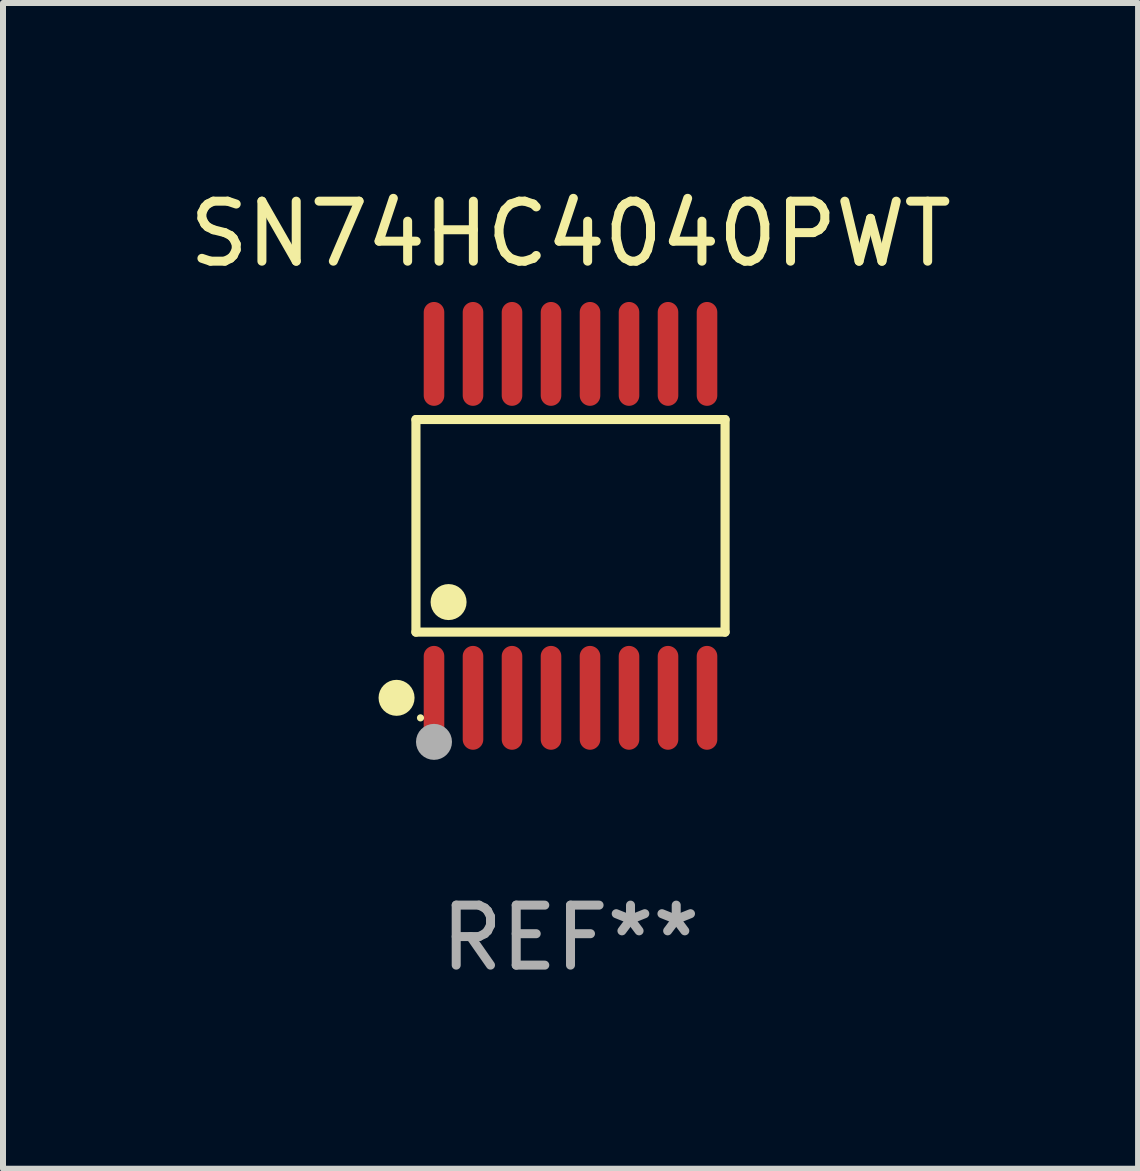
<source format=kicad_pcb>
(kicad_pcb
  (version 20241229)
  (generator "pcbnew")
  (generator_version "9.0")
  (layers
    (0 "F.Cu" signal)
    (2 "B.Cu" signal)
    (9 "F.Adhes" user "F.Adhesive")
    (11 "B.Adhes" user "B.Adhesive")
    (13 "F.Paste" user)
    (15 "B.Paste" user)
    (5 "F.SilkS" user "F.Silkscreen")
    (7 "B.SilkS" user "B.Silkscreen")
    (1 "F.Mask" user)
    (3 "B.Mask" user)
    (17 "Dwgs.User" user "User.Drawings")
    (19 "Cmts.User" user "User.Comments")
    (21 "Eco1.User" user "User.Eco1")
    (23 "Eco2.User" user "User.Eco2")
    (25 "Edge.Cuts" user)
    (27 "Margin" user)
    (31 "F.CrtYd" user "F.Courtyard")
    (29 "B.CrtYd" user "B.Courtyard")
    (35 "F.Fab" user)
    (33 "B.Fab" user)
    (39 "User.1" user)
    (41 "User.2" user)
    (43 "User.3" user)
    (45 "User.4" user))
  (footprint "SN74HC4040PWT"
    (layer "F.Cu")
    (at 6.458 5.714)
    (property "Reference" "SN74HC4040PWT" (at 0 -4.866 0) (layer "F.SilkS") (effects (font (size 1 1) (thickness 0.15))))
    (attr through_hole)
    (fp_line (start -2.576 -1.772) (end 2.576 -1.772) (stroke (width 0.152) (type solid)) (layer "F.SilkS"))
    (fp_line (start -2.576 1.771) (end -2.576 -1.772) (stroke (width 0.152) (type solid)) (layer "F.SilkS"))
    (fp_line (start 2.576 -1.772) (end 2.576 1.771) (stroke (width 0.152) (type solid)) (layer "F.SilkS"))
    (fp_line (start 2.576 1.771) (end -2.576 1.771) (stroke (width 0.152) (type solid)) (layer "F.SilkS"))
    (fp_circle (center -2.899 2.866) (end -2.749 2.866) (stroke (width 0.3) (type solid)) (fill no) (layer "F.SilkS"))
    (fp_circle (center -2.5 3.2) (end -2.47 3.2) (stroke (width 0.06) (type solid)) (fill no) (layer "F.SilkS"))
    (fp_circle (center -2.032 1.27) (end -1.882 1.27) (stroke (width 0.3) (type solid)) (fill no) (layer "F.SilkS"))
    (fp_circle (center -2.275 3.6) (end -2.125 3.6) (stroke (width 0.3) (type solid)) (fill no) (layer "F.Fab"))
    (fp_text user "REF**" (at 0 6.866 0) (layer "F.Fab") (effects (font (size 1 1) (thickness 0.15))))
    (pad "1" smd oval (at -2.275 2.866) (size 0.343 1.731) (layers "F.Cu" "F.Mask" "F.Paste"))
    (pad "2" smd oval (at -1.625 2.866) (size 0.343 1.731) (layers "F.Cu" "F.Mask" "F.Paste"))
    (pad "3" smd oval (at -0.975 2.866) (size 0.343 1.731) (layers "F.Cu" "F.Mask" "F.Paste"))
    (pad "4" smd oval (at -0.325 2.866) (size 0.343 1.731) (layers "F.Cu" "F.Mask" "F.Paste"))
    (pad "5" smd oval (at 0.325 2.866) (size 0.343 1.731) (layers "F.Cu" "F.Mask" "F.Paste"))
    (pad "6" smd oval (at 0.975 2.866) (size 0.343 1.731) (layers "F.Cu" "F.Mask" "F.Paste"))
    (pad "7" smd oval (at 1.625 2.866) (size 0.343 1.731) (layers "F.Cu" "F.Mask" "F.Paste"))
    (pad "8" smd oval (at 2.275 2.866) (size 0.343 1.731) (layers "F.Cu" "F.Mask" "F.Paste"))
    (pad "9" smd oval (at 2.275 -2.866) (size 0.343 1.731) (layers "F.Cu" "F.Mask" "F.Paste"))
    (pad "10" smd oval (at 1.625 -2.866) (size 0.343 1.731) (layers "F.Cu" "F.Mask" "F.Paste"))
    (pad "11" smd oval (at 0.975 -2.866) (size 0.343 1.731) (layers "F.Cu" "F.Mask" "F.Paste"))
    (pad "12" smd oval (at 0.325 -2.866) (size 0.343 1.731) (layers "F.Cu" "F.Mask" "F.Paste"))
    (pad "13" smd oval (at -0.325 -2.866) (size 0.343 1.731) (layers "F.Cu" "F.Mask" "F.Paste"))
    (pad "14" smd oval (at -0.975 -2.866) (size 0.343 1.731) (layers "F.Cu" "F.Mask" "F.Paste"))
    (pad "15" smd oval (at -1.625 -2.866) (size 0.343 1.731) (layers "F.Cu" "F.Mask" "F.Paste"))
    (pad "16" smd oval (at -2.275 -2.866) (size 0.343 1.731) (layers "F.Cu" "F.Mask" "F.Paste")))
  (gr_rect
    (start -3 -3)
    (end 15.917 16.428)
    (stroke (width 0.1) (type default))
    (fill no)
    (layer "Edge.Cuts")))
</source>
